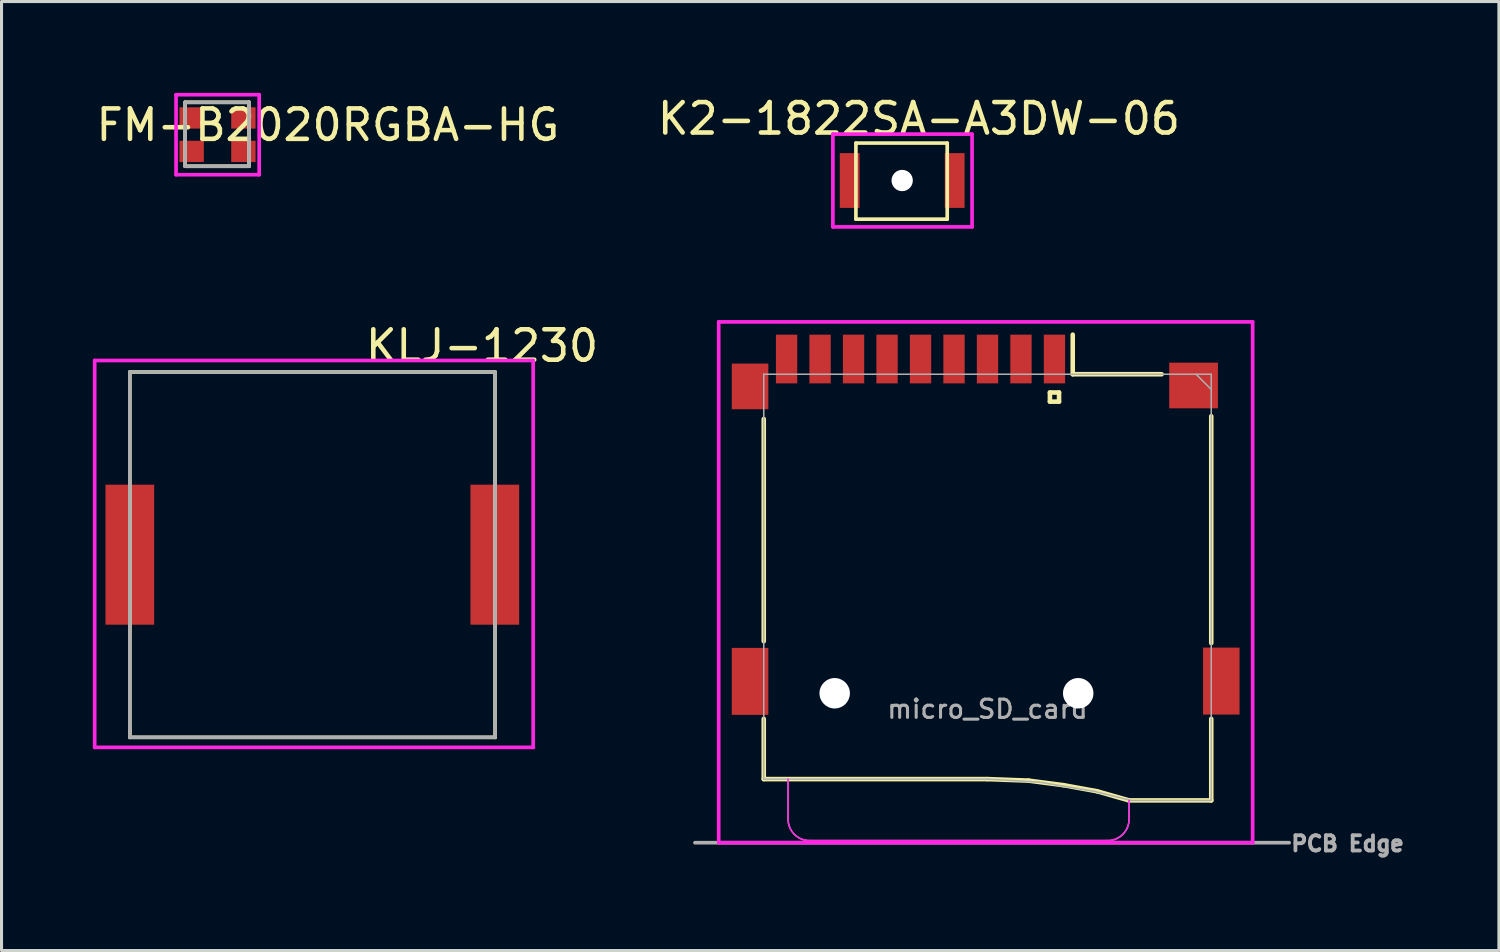
<source format=kicad_pcb>
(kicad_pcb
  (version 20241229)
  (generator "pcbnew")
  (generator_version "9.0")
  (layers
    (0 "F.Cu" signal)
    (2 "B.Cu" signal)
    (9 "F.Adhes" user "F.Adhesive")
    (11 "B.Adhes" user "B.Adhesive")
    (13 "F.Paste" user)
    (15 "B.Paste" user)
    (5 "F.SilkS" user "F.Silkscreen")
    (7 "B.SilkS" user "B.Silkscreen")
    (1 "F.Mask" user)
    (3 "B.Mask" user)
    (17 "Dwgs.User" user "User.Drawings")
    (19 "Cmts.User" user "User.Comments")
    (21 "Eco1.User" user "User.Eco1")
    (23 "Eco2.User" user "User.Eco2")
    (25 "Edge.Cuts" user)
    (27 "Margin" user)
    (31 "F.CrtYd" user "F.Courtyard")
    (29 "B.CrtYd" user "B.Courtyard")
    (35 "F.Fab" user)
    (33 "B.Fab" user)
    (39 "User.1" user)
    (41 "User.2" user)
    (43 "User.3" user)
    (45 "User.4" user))
  (footprint "FM-B2020RGBA-HG"
    (layer "F.Cu")
    (at 4.164 1.31)
    (property "Reference" "FM-B2020RGBA-HG" (at 3.556 -0.254 0) (layer "F.SilkS") (effects (font (size 1 1) (thickness 0.15))))
    (attr smd)
    (fp_line (start -1.132 -1) (end 0.968 -1) (stroke (width 0.12) (type solid)) (layer "F.SilkS"))
    (fp_line (start -1.132 1.1) (end -1.132 -1) (stroke (width 0.12) (type solid)) (layer "F.SilkS"))
    (fp_line (start -1.132 1.1) (end 0.968 1.1) (stroke (width 0.12) (type solid)) (layer "F.SilkS"))
    (fp_line (start 0.968 1.1) (end 0.968 -1) (stroke (width 0.12) (type solid)) (layer "F.SilkS"))
    (fp_line (start -1.43 -1.25) (end 1.3 -1.25) (stroke (width 0.12) (type solid)) (layer "F.CrtYd"))
    (fp_line (start -1.43 1.38) (end -1.43 -1.25) (stroke (width 0.12) (type solid)) (layer "F.CrtYd"))
    (fp_line (start 1.3 1.38) (end -1.43 1.38) (stroke (width 0.12) (type solid)) (layer "F.CrtYd"))
    (fp_line (start 1.3 1.38) (end 1.3 -1.25) (stroke (width 0.12) (type solid)) (layer "F.CrtYd"))
    (fp_line (start -1.132 -1) (end 0.968 -1) (stroke (width 0.12) (type solid)) (layer "F.Fab"))
    (fp_line (start -1.132 1.1) (end -1.132 -1) (stroke (width 0.12) (type solid)) (layer "F.Fab"))
    (fp_line (start -1.132 1.1) (end 0.968 1.1) (stroke (width 0.12) (type solid)) (layer "F.Fab"))
    (fp_line (start 0.968 1.1) (end 0.968 -1) (stroke (width 0.12) (type solid)) (layer "F.Fab"))
    (pad "1" smd rect (at 0.782 0.614 180) (size 0.8 0.7) (layers "F.Cu" "F.Mask" "F.Paste"))
    (pad "2" smd rect (at -0.918 0.614) (size 0.8 0.7) (layers "F.Cu" "F.Mask" "F.Paste"))
    (pad "3" smd rect (at -0.918 -0.486) (size 0.8 0.7) (layers "F.Cu" "F.Mask" "F.Paste"))
    (pad "4" smd rect (at 0.782 -0.486) (size 0.8 0.7) (layers "F.Cu" "F.Mask" "F.Paste")))
  (footprint "micro_SD_card"
    (layer "F.Cu")
    (at 29.39 19.244)
    (property "Reference" "micro_SD_card" (at 0 1 180) (layer "F.Fab") (effects (font (size 0.6 0.6) (thickness 0.1))))
    (attr through_hole)
    (fp_line (start -7.35 -1.23) (end -7.35 -8.53) (stroke (width 0.15) (type solid)) (layer "F.SilkS"))
    (fp_line (start -7.35 1.32) (end -7.35 3.3) (stroke (width 0.15) (type solid)) (layer "F.SilkS"))
    (fp_line (start -7.35 3.3) (end 0 3.3) (stroke (width 0.15) (type solid)) (layer "F.SilkS"))
    (fp_line (start 0 3.3) (end 1.35 3.35) (stroke (width 0.15) (type solid)) (layer "F.SilkS"))
    (fp_line (start 1.35 3.35) (end 2.5 3.5) (stroke (width 0.15) (type solid)) (layer "F.SilkS"))
    (fp_line (start 2.05 -9.4) (end 2.05 -9.1) (stroke (width 0.15) (type solid)) (layer "F.SilkS"))
    (fp_line (start 2.05 -9.1) (end 2.35 -9.1) (stroke (width 0.15) (type solid)) (layer "F.SilkS"))
    (fp_line (start 2.35 -9.4) (end 2.05 -9.4) (stroke (width 0.15) (type solid)) (layer "F.SilkS"))
    (fp_line (start 2.35 -9.1) (end 2.35 -9.4) (stroke (width 0.15) (type solid)) (layer "F.SilkS"))
    (fp_line (start 2.5 3.5) (end 3.6 3.7) (stroke (width 0.15) (type solid)) (layer "F.SilkS"))
    (fp_line (start 2.8 -10) (end 2.8 -11.3) (stroke (width 0.15) (type solid)) (layer "F.SilkS"))
    (fp_line (start 2.8 -10) (end 5.72 -10) (stroke (width 0.15) (type solid)) (layer "F.SilkS"))
    (fp_line (start 3.6 3.7) (end 4.65 4) (stroke (width 0.15) (type solid)) (layer "F.SilkS"))
    (fp_line (start 4.65 4) (end 7.35 4) (stroke (width 0.15) (type solid)) (layer "F.SilkS"))
    (fp_line (start 7.35 -8.62) (end 7.35 -1.17) (stroke (width 0.15) (type solid)) (layer "F.SilkS"))
    (fp_line (start 7.35 4) (end 7.35 1.32) (stroke (width 0.15) (type solid)) (layer "F.SilkS"))
    (fp_line (start -8.83 -11.72) (end -8.83 5.39) (stroke (width 0.12) (type solid)) (layer "F.CrtYd"))
    (fp_line (start -8.83 -11.72) (end 8.71 -11.72) (stroke (width 0.12) (type solid)) (layer "F.CrtYd"))
    (fp_line (start -8.82 5.39) (end 8.72 5.39) (stroke (width 0.12) (type solid)) (layer "F.CrtYd"))
    (fp_line (start -6.55 4.62) (end -6.55 3.3) (stroke (width 0.05) (type solid)) (layer "F.CrtYd"))
    (fp_line (start -5.85 5.32) (end 3.95 5.32) (stroke (width 0.05) (type solid)) (layer "F.CrtYd"))
    (fp_line (start 4.65 4.62) (end 4.65 4) (stroke (width 0.05) (type solid)) (layer "F.CrtYd"))
    (fp_line (start 8.71 -11.72) (end 8.71 5.39) (stroke (width 0.12) (type solid)) (layer "F.CrtYd"))
    (fp_arc (start -5.85 5.32) (mid -6.344975 5.114975) (end -6.55 4.62) (stroke (width 0.05) (type solid)) (layer "F.CrtYd"))
    (fp_arc (start 4.65 4.62) (mid 4.444975 5.114975) (end 3.95 5.32) (stroke (width 0.05) (type solid)) (layer "F.CrtYd"))
    (fp_line (start -9.61 5.39) (end 9.91 5.39) (stroke (width 0.12) (type solid)) (layer "F.Fab"))
    (fp_line (start -7.35 -10) (end -7.35 3.3) (stroke (width 0.05) (type solid)) (layer "F.Fab"))
    (fp_line (start -7.35 -10) (end 7.35 -10) (stroke (width 0.05) (type solid)) (layer "F.Fab"))
    (fp_line (start -7.35 3.3) (end 0 3.3) (stroke (width 0.05) (type solid)) (layer "F.Fab"))
    (fp_line (start -6.55 4.62) (end -6.55 3.3) (stroke (width 0.05) (type solid)) (layer "F.Fab"))
    (fp_line (start -5.85 5.32) (end 3.95 5.32) (stroke (width 0.05) (type solid)) (layer "F.Fab"))
    (fp_line (start 0 3.3) (end 1.7 3.4) (stroke (width 0.05) (type solid)) (layer "F.Fab"))
    (fp_line (start 1.7 3.4) (end 3.5 3.7) (stroke (width 0.05) (type solid)) (layer "F.Fab"))
    (fp_line (start 3.5 3.7) (end 4.7 4) (stroke (width 0.05) (type solid)) (layer "F.Fab"))
    (fp_line (start 4.65 4) (end 7.35 4) (stroke (width 0.05) (type solid)) (layer "F.Fab"))
    (fp_line (start 4.65 4.62) (end 4.65 4) (stroke (width 0.05) (type solid)) (layer "F.Fab"))
    (fp_line (start 7.35 -10) (end 7.35 4) (stroke (width 0.05) (type solid)) (layer "F.Fab"))
    (fp_line (start 7.35 -9.5) (end 6.85 -10) (stroke (width 0.05) (type solid)) (layer "F.Fab"))
    (fp_arc (start -5.85 5.32) (mid -6.344975 5.114975) (end -6.55 4.62) (stroke (width 0.05) (type solid)) (layer "F.Fab"))
    (fp_arc (start 4.65 4.62) (mid 4.444975 5.114975) (end 3.95 5.32) (stroke (width 0.05) (type solid)) (layer "F.Fab"))
    (fp_text user "PCB Edge" (at 11.83 5.42 0) (layer "F.Fab") (effects (font (size 0.5 0.5) (thickness 0.125))))
    (pad "" np_thru_hole circle (at -5.02 0.48) (size 1 1) (drill 1) (layers "*.Cu" "*.Mask"))
    (pad "" np_thru_hole circle (at 2.98 0.48) (size 1 1) (drill 1) (layers "*.Cu" "*.Mask"))
    (pad "1" smd rect (at 2.2 -10.5) (size 0.7 1.6) (layers "F.Cu" "F.Mask" "F.Paste"))
    (pad "2" smd rect (at 1.1 -10.5) (size 0.7 1.6) (layers "F.Cu" "F.Mask" "F.Paste"))
    (pad "3" smd rect (at 0 -10.5) (size 0.7 1.6) (layers "F.Cu" "F.Mask" "F.Paste"))
    (pad "4" smd rect (at -1.1 -10.5) (size 0.7 1.6) (layers "F.Cu" "F.Mask" "F.Paste"))
    (pad "5" smd rect (at -2.2 -10.5) (size 0.7 1.6) (layers "F.Cu" "F.Mask" "F.Paste"))
    (pad "6" smd rect (at -3.3 -10.5) (size 0.7 1.6) (layers "F.Cu" "F.Mask" "F.Paste"))
    (pad "7" smd rect (at -4.4 -10.5) (size 0.7 1.6) (layers "F.Cu" "F.Mask" "F.Paste"))
    (pad "8" smd rect (at -5.5 -10.5) (size 0.7 1.6) (layers "F.Cu" "F.Mask" "F.Paste"))
    (pad "9" smd rect (at -6.6 -10.5) (size 0.7 1.6) (layers "F.Cu" "F.Mask" "F.Paste"))
    (pad "10" smd rect (at -7.8 -9.6) (size 1.2 1.5) (layers "F.Cu" "F.Mask" "F.Paste"))
    (pad "10" smd rect (at -7.8 0.09) (size 1.2 2.2) (layers "F.Cu" "F.Mask" "F.Paste"))
    (pad "10" smd rect (at 6.77 -9.63) (size 1.6 1.5) (layers "F.Cu" "F.Mask" "F.Paste"))
    (pad "10" smd rect (at 7.68 0.08) (size 1.2 2.2) (layers "F.Cu" "F.Mask" "F.Paste")))
  (footprint "KLJ-1230"
    (layer "F.Cu")
    (at 7.285 15.102)
    (property "Reference" "KLJ-1230" (at 5.5 -6.79 0) (layer "F.SilkS") (effects (font (size 1 1) (thickness 0.15))))
    (attr smd)
    (fp_line (start -6.07 -5.93) (end 5.93 -5.93) (stroke (width 0.12) (type solid)) (layer "F.SilkS"))
    (fp_line (start -6.07 6.07) (end -6.07 -5.93) (stroke (width 0.12) (type solid)) (layer "F.SilkS"))
    (fp_line (start 5.93 6.07) (end -6.07 6.07) (stroke (width 0.12) (type solid)) (layer "F.SilkS"))
    (fp_line (start 5.93 6.07) (end 5.93 -5.93) (stroke (width 0.12) (type solid)) (layer "F.SilkS"))
    (fp_line (start -7.225 -6.31) (end -7.225 6.4) (stroke (width 0.12) (type solid)) (layer "F.CrtYd"))
    (fp_line (start -7.225 -6.31) (end 7.18 -6.31) (stroke (width 0.12) (type solid)) (layer "F.CrtYd"))
    (fp_line (start 7.18 -6.31) (end 7.18 6.4) (stroke (width 0.12) (type solid)) (layer "F.CrtYd"))
    (fp_line (start 7.19 6.4) (end -7.225 6.4) (stroke (width 0.12) (type solid)) (layer "F.CrtYd"))
    (fp_line (start -6.07 -5.93) (end 5.93 -5.93) (stroke (width 0.12) (type solid)) (layer "F.Fab"))
    (fp_line (start -6.07 6.07) (end -6.07 -5.93) (stroke (width 0.12) (type solid)) (layer "F.Fab"))
    (fp_line (start 5.93 6.07) (end -6.07 6.07) (stroke (width 0.12) (type solid)) (layer "F.Fab"))
    (fp_line (start 5.93 6.07) (end 5.93 -5.93) (stroke (width 0.12) (type solid)) (layer "F.Fab"))
    (pad "1" smd rect (at -6.07 0.07) (size 1.6 4.6) (layers "F.Cu" "F.Mask" "F.Paste"))
    (pad "2" smd rect (at 5.92 0.07) (size 1.6 4.6) (layers "F.Cu" "F.Mask" "F.Paste")))
  (footprint "K2-1822SA-A3DW-06"
    (layer "F.Cu")
    (at 26.597 2.88)
    (property "Reference" "K2-1822SA-A3DW-06" (at 0.54 -2.032 0) (layer "F.SilkS") (effects (font (size 1 1) (thickness 0.15))))
    (attr through_hole)
    (fp_line (start -1.53 -1.23) (end -1.53 1.27) (stroke (width 0.12) (type solid)) (layer "F.SilkS"))
    (fp_line (start -1.53 -1.23) (end 1.47 -1.23) (stroke (width 0.12) (type solid)) (layer "F.SilkS"))
    (fp_line (start -1.53 1.27) (end 1.47 1.27) (stroke (width 0.12) (type solid)) (layer "F.SilkS"))
    (fp_line (start 1.47 -1.23) (end 1.47 1.27) (stroke (width 0.12) (type solid)) (layer "F.SilkS"))
    (fp_line (start -2.286 -1.524) (end 2.286 -1.524) (stroke (width 0.12) (type solid)) (layer "F.CrtYd"))
    (fp_line (start -2.286 1.524) (end -2.286 -1.524) (stroke (width 0.12) (type solid)) (layer "F.CrtYd"))
    (fp_line (start 2.286 -1.524) (end 2.286 1.524) (stroke (width 0.12) (type solid)) (layer "F.CrtYd"))
    (fp_line (start 2.286 1.524) (end -2.286 1.524) (stroke (width 0.12) (type solid)) (layer "F.CrtYd"))
    (pad "" np_thru_hole circle (at -0.01 0) (size 0.7 0.7) (drill 0.7) (layers "*.Cu" "*.Mask"))
    (pad "1" smd rect (at -1.735 0) (size 0.65 1.8) (layers "F.Cu" "F.Mask" "F.Paste"))
    (pad "2" smd rect (at 1.715 0) (size 0.65 1.8) (layers "F.Cu" "F.Mask" "F.Paste")))
  (gr_rect
    (start -3 -3)
    (end 46.19 28.176)
    (stroke (width 0.1) (type default))
    (fill no)
    (layer "Edge.Cuts")))
</source>
